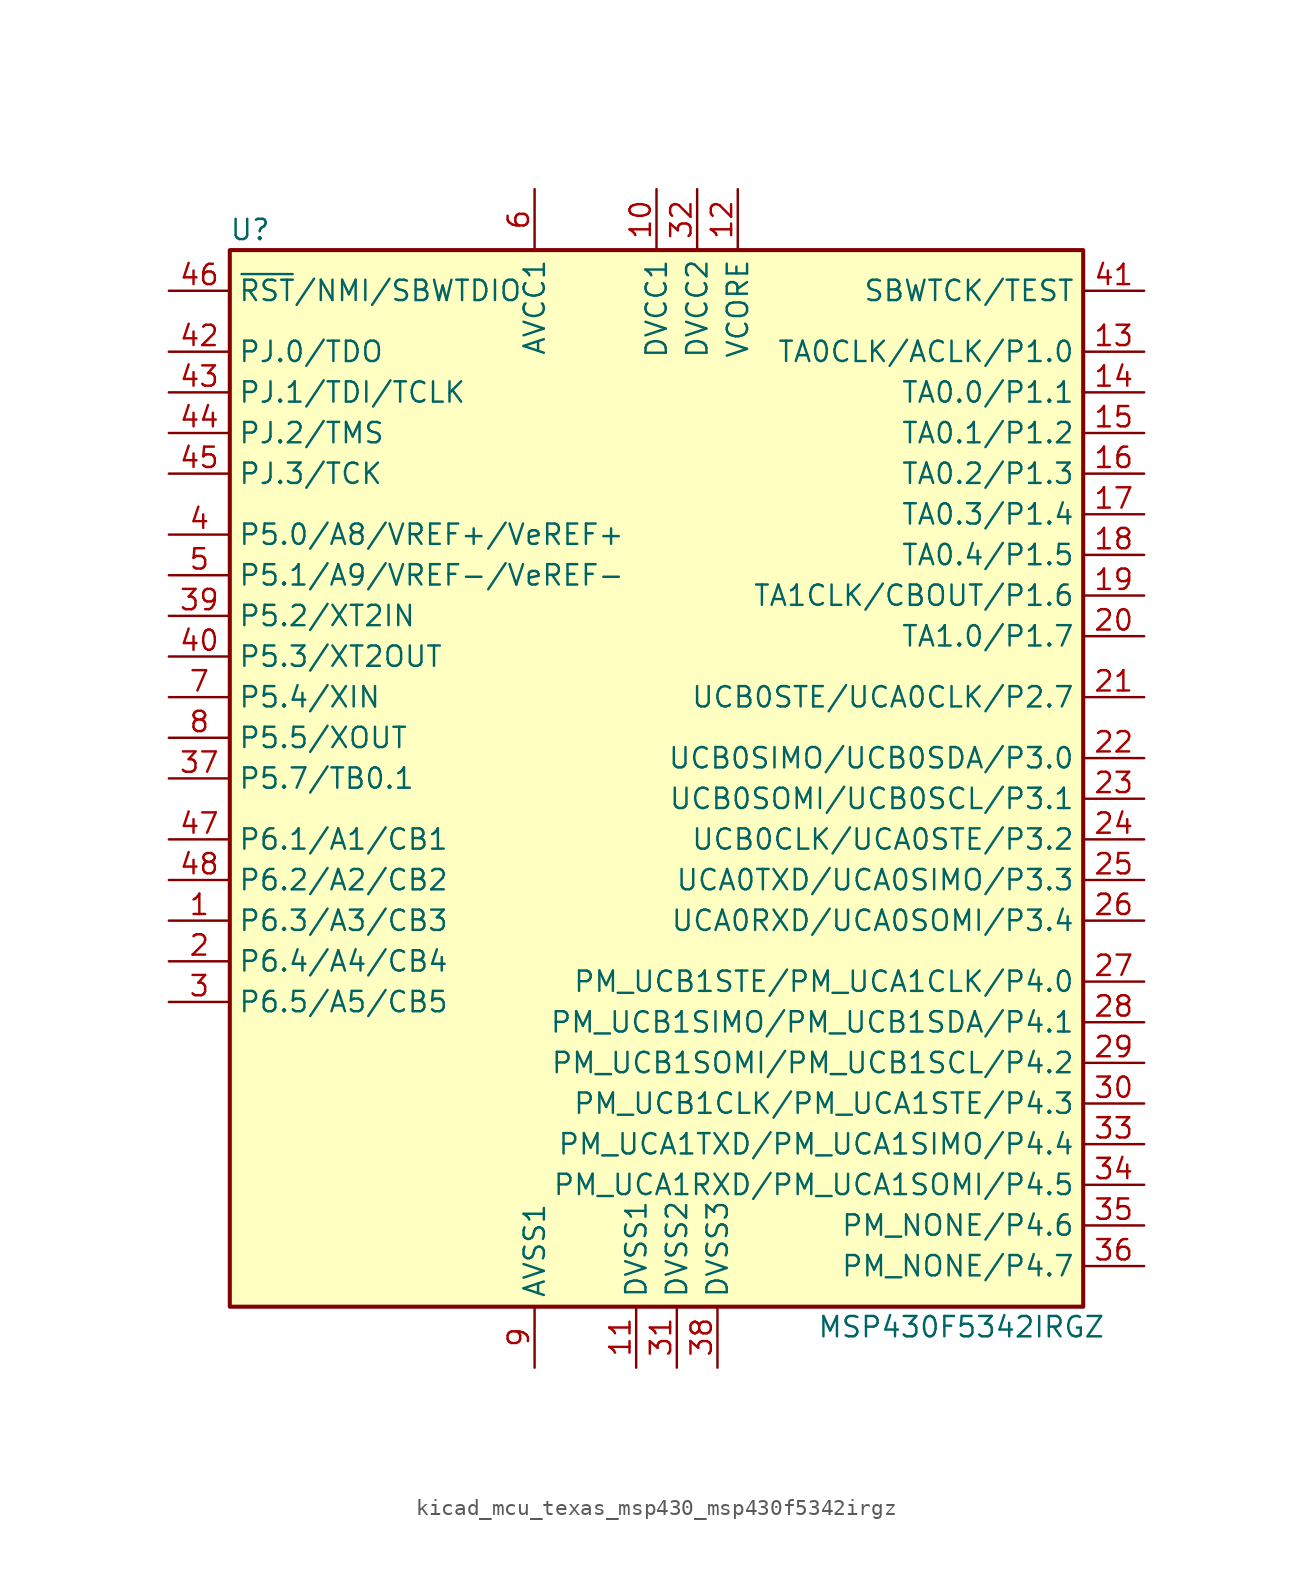
<source format=kicad_sym>
(kicad_symbol_lib
  (version 20220914)
  (generator kicad_symbol_editor)
  (symbol "kicad_mcu_texas_msp430_msp430f5342irgz"
    (property "Reference" "U"
      (at -26.67 34.29 0)
      (effects (font (size 1.27 1.27))))
    (property "Value" "MSP430F5342IRGZ"
      (at 17.78 -34.29 0)
      (effects (font (size 1.27 1.27))))
    (symbol "kicad_mcu_texas_msp430_msp430f5342irgz_0_1"
      (rectangle (start -27.94 33.02) (end 25.4 -33.02) (stroke (width 0.254) (type default)) (fill (type background))))
    (symbol "kicad_mcu_texas_msp430_msp430f5342irgz_1_1"
      (pin bidirectional line (at -31.75 -8.89 0) (length 3.81) (name "P6.3/A3/CB3" (effects (font (size 1.27 1.27)))) (number "1" (effects (font (size 1.27 1.27)))))
      (pin power_in line (at -1.27 36.83 270) (length 3.81) (name "DVCC1" (effects (font (size 1.27 1.27)))) (number "10" (effects (font (size 1.27 1.27)))))
      (pin power_in line (at -2.54 -36.83 90) (length 3.81) (name "DVSS1" (effects (font (size 1.27 1.27)))) (number "11" (effects (font (size 1.27 1.27)))))
      (pin passive line (at 3.81 36.83 270) (length 3.81) (name "VCORE" (effects (font (size 1.27 1.27)))) (number "12" (effects (font (size 1.27 1.27)))))
      (pin bidirectional line (at 29.21 26.67 180) (length 3.81) (name "TA0CLK/ACLK/P1.0" (effects (font (size 1.27 1.27)))) (number "13" (effects (font (size 1.27 1.27)))))
      (pin bidirectional line (at 29.21 24.13 180) (length 3.81) (name "TA0.0/P1.1" (effects (font (size 1.27 1.27)))) (number "14" (effects (font (size 1.27 1.27)))))
      (pin bidirectional line (at 29.21 21.59 180) (length 3.81) (name "TA0.1/P1.2" (effects (font (size 1.27 1.27)))) (number "15" (effects (font (size 1.27 1.27)))))
      (pin bidirectional line (at 29.21 19.05 180) (length 3.81) (name "TA0.2/P1.3" (effects (font (size 1.27 1.27)))) (number "16" (effects (font (size 1.27 1.27)))))
      (pin bidirectional line (at 29.21 16.51 180) (length 3.81) (name "TA0.3/P1.4" (effects (font (size 1.27 1.27)))) (number "17" (effects (font (size 1.27 1.27)))))
      (pin bidirectional line (at 29.21 13.97 180) (length 3.81) (name "TA0.4/P1.5" (effects (font (size 1.27 1.27)))) (number "18" (effects (font (size 1.27 1.27)))))
      (pin bidirectional line (at 29.21 11.43 180) (length 3.81) (name "TA1CLK/CBOUT/P1.6" (effects (font (size 1.27 1.27)))) (number "19" (effects (font (size 1.27 1.27)))))
      (pin bidirectional line (at -31.75 -11.43 0) (length 3.81) (name "P6.4/A4/CB4" (effects (font (size 1.27 1.27)))) (number "2" (effects (font (size 1.27 1.27)))))
      (pin bidirectional line (at 29.21 8.89 180) (length 3.81) (name "TA1.0/P1.7" (effects (font (size 1.27 1.27)))) (number "20" (effects (font (size 1.27 1.27)))))
      (pin bidirectional line (at 29.21 5.08 180) (length 3.81) (name "UCB0STE/UCA0CLK/P2.7" (effects (font (size 1.27 1.27)))) (number "21" (effects (font (size 1.27 1.27)))))
      (pin bidirectional line (at 29.21 1.27 180) (length 3.81) (name "UCB0SIMO/UCB0SDA/P3.0" (effects (font (size 1.27 1.27)))) (number "22" (effects (font (size 1.27 1.27)))))
      (pin bidirectional line (at 29.21 -1.27 180) (length 3.81) (name "UCB0SOMI/UCB0SCL/P3.1" (effects (font (size 1.27 1.27)))) (number "23" (effects (font (size 1.27 1.27)))))
      (pin bidirectional line (at 29.21 -3.81 180) (length 3.81) (name "UCB0CLK/UCA0STE/P3.2" (effects (font (size 1.27 1.27)))) (number "24" (effects (font (size 1.27 1.27)))))
      (pin bidirectional line (at 29.21 -6.35 180) (length 3.81) (name "UCA0TXD/UCA0SIMO/P3.3" (effects (font (size 1.27 1.27)))) (number "25" (effects (font (size 1.27 1.27)))))
      (pin bidirectional line (at 29.21 -8.89 180) (length 3.81) (name "UCA0RXD/UCA0SOMI/P3.4" (effects (font (size 1.27 1.27)))) (number "26" (effects (font (size 1.27 1.27)))))
      (pin bidirectional line (at 29.21 -12.7 180) (length 3.81) (name "PM_UCB1STE/PM_UCA1CLK/P4.0" (effects (font (size 1.27 1.27)))) (number "27" (effects (font (size 1.27 1.27)))))
      (pin bidirectional line (at 29.21 -15.24 180) (length 3.81) (name "PM_UCB1SIMO/PM_UCB1SDA/P4.1" (effects (font (size 1.27 1.27)))) (number "28" (effects (font (size 1.27 1.27)))))
      (pin bidirectional line (at 29.21 -17.78 180) (length 3.81) (name "PM_UCB1SOMI/PM_UCB1SCL/P4.2" (effects (font (size 1.27 1.27)))) (number "29" (effects (font (size 1.27 1.27)))))
      (pin bidirectional line (at -31.75 -13.97 0) (length 3.81) (name "P6.5/A5/CB5" (effects (font (size 1.27 1.27)))) (number "3" (effects (font (size 1.27 1.27)))))
      (pin bidirectional line (at 29.21 -20.32 180) (length 3.81) (name "PM_UCB1CLK/PM_UCA1STE/P4.3" (effects (font (size 1.27 1.27)))) (number "30" (effects (font (size 1.27 1.27)))))
      (pin power_in line (at 0 -36.83 90) (length 3.81) (name "DVSS2" (effects (font (size 1.27 1.27)))) (number "31" (effects (font (size 1.27 1.27)))))
      (pin power_in line (at 1.27 36.83 270) (length 3.81) (name "DVCC2" (effects (font (size 1.27 1.27)))) (number "32" (effects (font (size 1.27 1.27)))))
      (pin bidirectional line (at 29.21 -22.86 180) (length 3.81) (name "PM_UCA1TXD/PM_UCA1SIMO/P4.4" (effects (font (size 1.27 1.27)))) (number "33" (effects (font (size 1.27 1.27)))))
      (pin bidirectional line (at 29.21 -25.4 180) (length 3.81) (name "PM_UCA1RXD/PM_UCA1SOMI/P4.5" (effects (font (size 1.27 1.27)))) (number "34" (effects (font (size 1.27 1.27)))))
      (pin bidirectional line (at 29.21 -27.94 180) (length 3.81) (name "PM_NONE/P4.6" (effects (font (size 1.27 1.27)))) (number "35" (effects (font (size 1.27 1.27)))))
      (pin bidirectional line (at 29.21 -30.48 180) (length 3.81) (name "PM_NONE/P4.7" (effects (font (size 1.27 1.27)))) (number "36" (effects (font (size 1.27 1.27)))))
      (pin bidirectional line (at -31.75 0 0) (length 3.81) (name "P5.7/TB0.1" (effects (font (size 1.27 1.27)))) (number "37" (effects (font (size 1.27 1.27)))))
      (pin power_in line (at 2.54 -36.83 90) (length 3.81) (name "DVSS3" (effects (font (size 1.27 1.27)))) (number "38" (effects (font (size 1.27 1.27)))))
      (pin bidirectional line (at -31.75 10.16 0) (length 3.81) (name "P5.2/XT2IN" (effects (font (size 1.27 1.27)))) (number "39" (effects (font (size 1.27 1.27)))))
      (pin bidirectional line (at -31.75 15.24 0) (length 3.81) (name "P5.0/A8/VREF+/VeREF+" (effects (font (size 1.27 1.27)))) (number "4" (effects (font (size 1.27 1.27)))))
      (pin bidirectional line (at -31.75 7.62 0) (length 3.81) (name "P5.3/XT2OUT" (effects (font (size 1.27 1.27)))) (number "40" (effects (font (size 1.27 1.27)))))
      (pin input line (at 29.21 30.48 180) (length 3.81) (name "SBWTCK/TEST" (effects (font (size 1.27 1.27)))) (number "41" (effects (font (size 1.27 1.27)))))
      (pin bidirectional line (at -31.75 26.67 0) (length 3.81) (name "PJ.0/TDO" (effects (font (size 1.27 1.27)))) (number "42" (effects (font (size 1.27 1.27)))))
      (pin bidirectional line (at -31.75 24.13 0) (length 3.81) (name "PJ.1/TDI/TCLK" (effects (font (size 1.27 1.27)))) (number "43" (effects (font (size 1.27 1.27)))))
      (pin bidirectional line (at -31.75 21.59 0) (length 3.81) (name "PJ.2/TMS" (effects (font (size 1.27 1.27)))) (number "44" (effects (font (size 1.27 1.27)))))
      (pin bidirectional line (at -31.75 19.05 0) (length 3.81) (name "PJ.3/TCK" (effects (font (size 1.27 1.27)))) (number "45" (effects (font (size 1.27 1.27)))))
      (pin input line (at -31.75 30.48 0) (length 3.81) (name "~{RST}/NMI/SBWTDIO" (effects (font (size 1.27 1.27)))) (number "46" (effects (font (size 1.27 1.27)))))
      (pin bidirectional line (at -31.75 -3.81 0) (length 3.81) (name "P6.1/A1/CB1" (effects (font (size 1.27 1.27)))) (number "47" (effects (font (size 1.27 1.27)))))
      (pin bidirectional line (at -31.75 -6.35 0) (length 3.81) (name "P6.2/A2/CB2" (effects (font (size 1.27 1.27)))) (number "48" (effects (font (size 1.27 1.27)))))
      (pin bidirectional line (at -31.75 12.7 0) (length 3.81) (name "P5.1/A9/VREF-/VeREF-" (effects (font (size 1.27 1.27)))) (number "5" (effects (font (size 1.27 1.27)))))
      (pin power_in line (at -8.89 36.83 270) (length 3.81) (name "AVCC1" (effects (font (size 1.27 1.27)))) (number "6" (effects (font (size 1.27 1.27)))))
      (pin bidirectional line (at -31.75 5.08 0) (length 3.81) (name "P5.4/XIN" (effects (font (size 1.27 1.27)))) (number "7" (effects (font (size 1.27 1.27)))))
      (pin bidirectional line (at -31.75 2.54 0) (length 3.81) (name "P5.5/XOUT" (effects (font (size 1.27 1.27)))) (number "8" (effects (font (size 1.27 1.27)))))
      (pin power_in line (at -8.89 -36.83 90) (length 3.81) (name "AVSS1" (effects (font (size 1.27 1.27)))) (number "9" (effects (font (size 1.27 1.27))))))))
</source>
